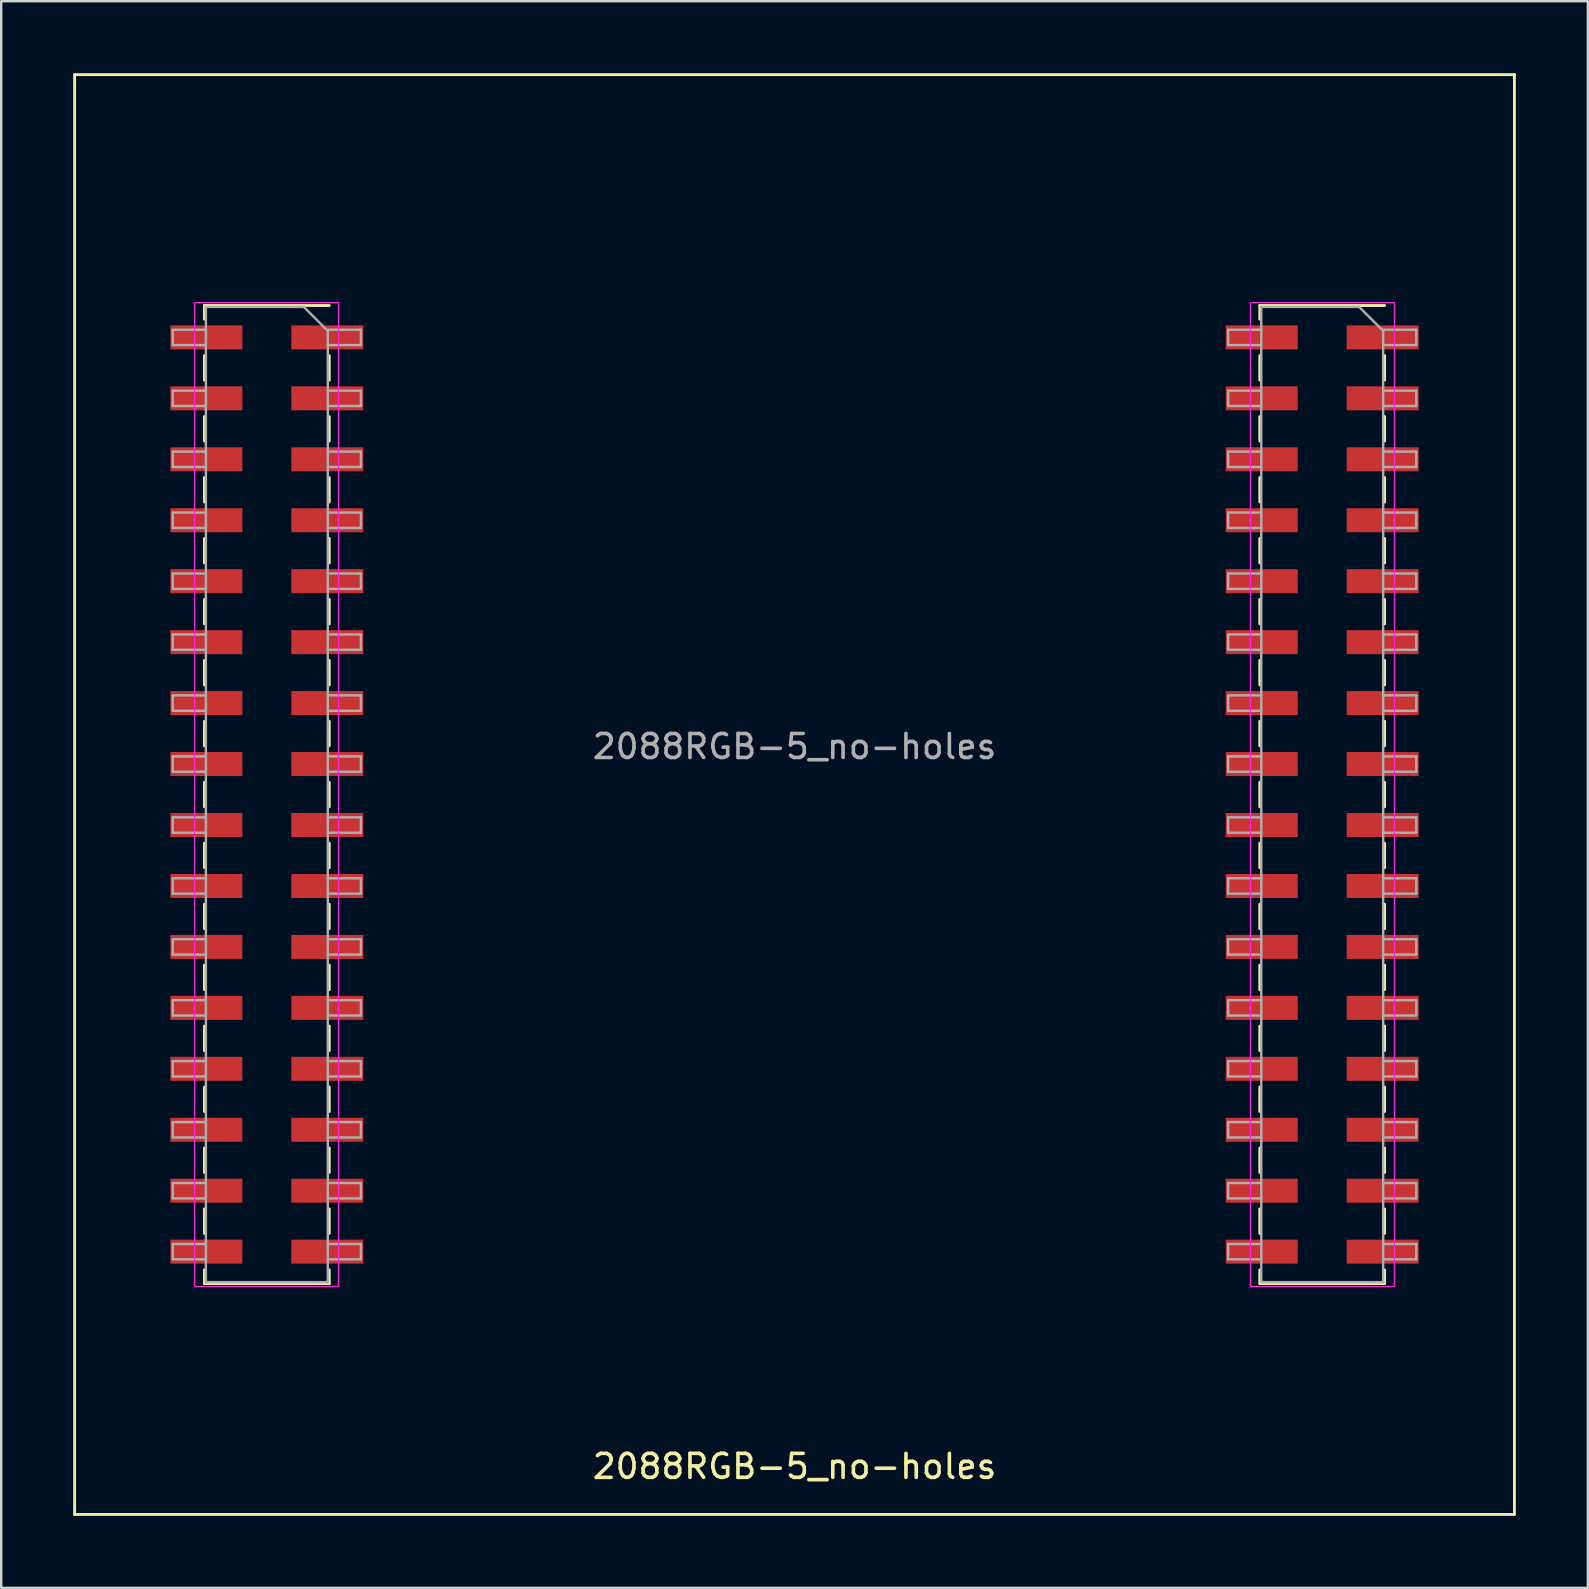
<source format=kicad_pcb>
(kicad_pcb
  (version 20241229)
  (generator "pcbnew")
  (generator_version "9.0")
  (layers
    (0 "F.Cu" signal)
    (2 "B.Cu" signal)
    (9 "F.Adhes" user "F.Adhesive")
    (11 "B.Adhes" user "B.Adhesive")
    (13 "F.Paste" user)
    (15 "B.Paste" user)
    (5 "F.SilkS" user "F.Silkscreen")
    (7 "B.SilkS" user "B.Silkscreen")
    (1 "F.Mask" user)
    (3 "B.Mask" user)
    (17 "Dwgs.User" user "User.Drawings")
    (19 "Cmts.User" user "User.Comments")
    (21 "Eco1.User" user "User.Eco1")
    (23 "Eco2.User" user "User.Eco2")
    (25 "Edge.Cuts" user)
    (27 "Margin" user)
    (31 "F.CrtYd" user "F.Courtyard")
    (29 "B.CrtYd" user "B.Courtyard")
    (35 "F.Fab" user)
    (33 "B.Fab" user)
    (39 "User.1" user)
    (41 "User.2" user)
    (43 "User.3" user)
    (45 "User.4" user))
  (footprint "2088RGB-5_no-holes"
    (layer "F.Cu")
    (at 30.06 30.06)
    (property "Reference" "2088RGB-5_no-holes" (at 0 28 0) (layer "F.SilkS") (effects (font (size 1 1) (thickness 0.15))))
    (attr through_hole)
    (fp_line (start -30 -30) (end -30 30) (stroke (width 0.12) (type solid)) (layer "F.SilkS"))
    (fp_line (start -30 30) (end 30 30) (stroke (width 0.12) (type solid)) (layer "F.SilkS"))
    (fp_line (start -24.59 -20.38) (end -24.59 -19.81) (stroke (width 0.12) (type solid)) (layer "F.SilkS"))
    (fp_line (start -24.59 -20.38) (end -19.39 -20.38) (stroke (width 0.12) (type solid)) (layer "F.SilkS"))
    (fp_line (start -24.59 -18.29) (end -24.59 -17.27) (stroke (width 0.12) (type solid)) (layer "F.SilkS"))
    (fp_line (start -24.59 -15.75) (end -24.59 -14.73) (stroke (width 0.12) (type solid)) (layer "F.SilkS"))
    (fp_line (start -24.59 -13.21) (end -24.59 -12.19) (stroke (width 0.12) (type solid)) (layer "F.SilkS"))
    (fp_line (start -24.59 -10.67) (end -24.59 -9.65) (stroke (width 0.12) (type solid)) (layer "F.SilkS"))
    (fp_line (start -24.59 -8.13) (end -24.59 -7.11) (stroke (width 0.12) (type solid)) (layer "F.SilkS"))
    (fp_line (start -24.59 -5.59) (end -24.59 -4.57) (stroke (width 0.12) (type solid)) (layer "F.SilkS"))
    (fp_line (start -24.59 -3.05) (end -24.59 -2.03) (stroke (width 0.12) (type solid)) (layer "F.SilkS"))
    (fp_line (start -24.59 -0.51) (end -24.59 0.51) (stroke (width 0.12) (type solid)) (layer "F.SilkS"))
    (fp_line (start -24.59 2.03) (end -24.59 3.05) (stroke (width 0.12) (type solid)) (layer "F.SilkS"))
    (fp_line (start -24.59 4.57) (end -24.59 5.59) (stroke (width 0.12) (type solid)) (layer "F.SilkS"))
    (fp_line (start -24.59 7.11) (end -24.59 8.13) (stroke (width 0.12) (type solid)) (layer "F.SilkS"))
    (fp_line (start -24.59 9.65) (end -24.59 10.67) (stroke (width 0.12) (type solid)) (layer "F.SilkS"))
    (fp_line (start -24.59 12.19) (end -24.59 13.21) (stroke (width 0.12) (type solid)) (layer "F.SilkS"))
    (fp_line (start -24.59 14.73) (end -24.59 15.75) (stroke (width 0.12) (type solid)) (layer "F.SilkS"))
    (fp_line (start -24.59 17.27) (end -24.59 18.29) (stroke (width 0.12) (type solid)) (layer "F.SilkS"))
    (fp_line (start -24.59 19.81) (end -24.59 20.38) (stroke (width 0.12) (type solid)) (layer "F.SilkS"))
    (fp_line (start -24.59 20.38) (end -19.39 20.38) (stroke (width 0.12) (type solid)) (layer "F.SilkS"))
    (fp_line (start -19.39 -18.29) (end -19.39 -17.27) (stroke (width 0.12) (type solid)) (layer "F.SilkS"))
    (fp_line (start -19.39 -15.75) (end -19.39 -14.73) (stroke (width 0.12) (type solid)) (layer "F.SilkS"))
    (fp_line (start -19.39 -13.21) (end -19.39 -12.19) (stroke (width 0.12) (type solid)) (layer "F.SilkS"))
    (fp_line (start -19.39 -10.67) (end -19.39 -9.65) (stroke (width 0.12) (type solid)) (layer "F.SilkS"))
    (fp_line (start -19.39 -8.13) (end -19.39 -7.11) (stroke (width 0.12) (type solid)) (layer "F.SilkS"))
    (fp_line (start -19.39 -5.59) (end -19.39 -4.57) (stroke (width 0.12) (type solid)) (layer "F.SilkS"))
    (fp_line (start -19.39 -3.05) (end -19.39 -2.03) (stroke (width 0.12) (type solid)) (layer "F.SilkS"))
    (fp_line (start -19.39 -0.51) (end -19.39 0.51) (stroke (width 0.12) (type solid)) (layer "F.SilkS"))
    (fp_line (start -19.39 2.03) (end -19.39 3.05) (stroke (width 0.12) (type solid)) (layer "F.SilkS"))
    (fp_line (start -19.39 4.57) (end -19.39 5.59) (stroke (width 0.12) (type solid)) (layer "F.SilkS"))
    (fp_line (start -19.39 7.11) (end -19.39 8.13) (stroke (width 0.12) (type solid)) (layer "F.SilkS"))
    (fp_line (start -19.39 9.65) (end -19.39 10.67) (stroke (width 0.12) (type solid)) (layer "F.SilkS"))
    (fp_line (start -19.39 12.19) (end -19.39 13.21) (stroke (width 0.12) (type solid)) (layer "F.SilkS"))
    (fp_line (start -19.39 14.73) (end -19.39 15.75) (stroke (width 0.12) (type solid)) (layer "F.SilkS"))
    (fp_line (start -19.39 17.27) (end -19.39 18.29) (stroke (width 0.12) (type solid)) (layer "F.SilkS"))
    (fp_line (start -19.39 19.81) (end -19.39 20.38) (stroke (width 0.12) (type solid)) (layer "F.SilkS"))
    (fp_line (start 19.39 -20.38) (end 19.39 -19.81) (stroke (width 0.12) (type solid)) (layer "F.SilkS"))
    (fp_line (start 19.39 -20.38) (end 24.59 -20.38) (stroke (width 0.12) (type solid)) (layer "F.SilkS"))
    (fp_line (start 19.39 -18.29) (end 19.39 -17.27) (stroke (width 0.12) (type solid)) (layer "F.SilkS"))
    (fp_line (start 19.39 -15.75) (end 19.39 -14.73) (stroke (width 0.12) (type solid)) (layer "F.SilkS"))
    (fp_line (start 19.39 -13.21) (end 19.39 -12.19) (stroke (width 0.12) (type solid)) (layer "F.SilkS"))
    (fp_line (start 19.39 -10.67) (end 19.39 -9.65) (stroke (width 0.12) (type solid)) (layer "F.SilkS"))
    (fp_line (start 19.39 -8.13) (end 19.39 -7.11) (stroke (width 0.12) (type solid)) (layer "F.SilkS"))
    (fp_line (start 19.39 -5.59) (end 19.39 -4.57) (stroke (width 0.12) (type solid)) (layer "F.SilkS"))
    (fp_line (start 19.39 -3.05) (end 19.39 -2.03) (stroke (width 0.12) (type solid)) (layer "F.SilkS"))
    (fp_line (start 19.39 -0.51) (end 19.39 0.51) (stroke (width 0.12) (type solid)) (layer "F.SilkS"))
    (fp_line (start 19.39 2.03) (end 19.39 3.05) (stroke (width 0.12) (type solid)) (layer "F.SilkS"))
    (fp_line (start 19.39 4.57) (end 19.39 5.59) (stroke (width 0.12) (type solid)) (layer "F.SilkS"))
    (fp_line (start 19.39 7.11) (end 19.39 8.13) (stroke (width 0.12) (type solid)) (layer "F.SilkS"))
    (fp_line (start 19.39 9.65) (end 19.39 10.67) (stroke (width 0.12) (type solid)) (layer "F.SilkS"))
    (fp_line (start 19.39 12.19) (end 19.39 13.21) (stroke (width 0.12) (type solid)) (layer "F.SilkS"))
    (fp_line (start 19.39 14.73) (end 19.39 15.75) (stroke (width 0.12) (type solid)) (layer "F.SilkS"))
    (fp_line (start 19.39 17.27) (end 19.39 18.29) (stroke (width 0.12) (type solid)) (layer "F.SilkS"))
    (fp_line (start 19.39 19.81) (end 19.39 20.38) (stroke (width 0.12) (type solid)) (layer "F.SilkS"))
    (fp_line (start 19.39 20.38) (end 24.59 20.38) (stroke (width 0.12) (type solid)) (layer "F.SilkS"))
    (fp_line (start 24.59 -18.29) (end 24.59 -17.27) (stroke (width 0.12) (type solid)) (layer "F.SilkS"))
    (fp_line (start 24.59 -15.75) (end 24.59 -14.73) (stroke (width 0.12) (type solid)) (layer "F.SilkS"))
    (fp_line (start 24.59 -13.21) (end 24.59 -12.19) (stroke (width 0.12) (type solid)) (layer "F.SilkS"))
    (fp_line (start 24.59 -10.67) (end 24.59 -9.65) (stroke (width 0.12) (type solid)) (layer "F.SilkS"))
    (fp_line (start 24.59 -8.13) (end 24.59 -7.11) (stroke (width 0.12) (type solid)) (layer "F.SilkS"))
    (fp_line (start 24.59 -5.59) (end 24.59 -4.57) (stroke (width 0.12) (type solid)) (layer "F.SilkS"))
    (fp_line (start 24.59 -3.05) (end 24.59 -2.03) (stroke (width 0.12) (type solid)) (layer "F.SilkS"))
    (fp_line (start 24.59 -0.51) (end 24.59 0.51) (stroke (width 0.12) (type solid)) (layer "F.SilkS"))
    (fp_line (start 24.59 2.03) (end 24.59 3.05) (stroke (width 0.12) (type solid)) (layer "F.SilkS"))
    (fp_line (start 24.59 4.57) (end 24.59 5.59) (stroke (width 0.12) (type solid)) (layer "F.SilkS"))
    (fp_line (start 24.59 7.11) (end 24.59 8.13) (stroke (width 0.12) (type solid)) (layer "F.SilkS"))
    (fp_line (start 24.59 9.65) (end 24.59 10.67) (stroke (width 0.12) (type solid)) (layer "F.SilkS"))
    (fp_line (start 24.59 12.19) (end 24.59 13.21) (stroke (width 0.12) (type solid)) (layer "F.SilkS"))
    (fp_line (start 24.59 14.73) (end 24.59 15.75) (stroke (width 0.12) (type solid)) (layer "F.SilkS"))
    (fp_line (start 24.59 17.27) (end 24.59 18.29) (stroke (width 0.12) (type solid)) (layer "F.SilkS"))
    (fp_line (start 24.59 19.81) (end 24.59 20.38) (stroke (width 0.12) (type solid)) (layer "F.SilkS"))
    (fp_line (start 30 -30) (end -30 -30) (stroke (width 0.12) (type solid)) (layer "F.SilkS"))
    (fp_line (start 30 30) (end 30 -30) (stroke (width 0.12) (type solid)) (layer "F.SilkS"))
    (fp_line (start -25 -20.5) (end -19 -20.5) (stroke (width 0.05) (type default)) (layer "F.CrtYd"))
    (fp_line (start -25 20.5) (end -25 -20.5) (stroke (width 0.05) (type default)) (layer "F.CrtYd"))
    (fp_line (start -19 -20.5) (end -19 20.5) (stroke (width 0.05) (type default)) (layer "F.CrtYd"))
    (fp_line (start -19 20.5) (end -25 20.5) (stroke (width 0.05) (type default)) (layer "F.CrtYd"))
    (fp_line (start 19 -20.5) (end 25 -20.5) (stroke (width 0.05) (type default)) (layer "F.CrtYd"))
    (fp_line (start 19 20.5) (end 19 -20.5) (stroke (width 0.05) (type default)) (layer "F.CrtYd"))
    (fp_line (start 25 -20.5) (end 25 20.5) (stroke (width 0.05) (type default)) (layer "F.CrtYd"))
    (fp_line (start 25 20.5) (end 19 20.5) (stroke (width 0.05) (type default)) (layer "F.CrtYd"))
    (fp_line (start -25.91 -19.37) (end -24.53 -19.37) (stroke (width 0.1) (type solid)) (layer "F.Fab"))
    (fp_line (start -25.91 -18.73) (end -25.91 -19.37) (stroke (width 0.1) (type solid)) (layer "F.Fab"))
    (fp_line (start -25.91 -16.83) (end -24.53 -16.83) (stroke (width 0.1) (type solid)) (layer "F.Fab"))
    (fp_line (start -25.91 -16.19) (end -25.91 -16.83) (stroke (width 0.1) (type solid)) (layer "F.Fab"))
    (fp_line (start -25.91 -14.29) (end -24.53 -14.29) (stroke (width 0.1) (type solid)) (layer "F.Fab"))
    (fp_line (start -25.91 -13.65) (end -25.91 -14.29) (stroke (width 0.1) (type solid)) (layer "F.Fab"))
    (fp_line (start -25.91 -11.75) (end -24.53 -11.75) (stroke (width 0.1) (type solid)) (layer "F.Fab"))
    (fp_line (start -25.91 -11.11) (end -25.91 -11.75) (stroke (width 0.1) (type solid)) (layer "F.Fab"))
    (fp_line (start -25.91 -9.21) (end -24.53 -9.21) (stroke (width 0.1) (type solid)) (layer "F.Fab"))
    (fp_line (start -25.91 -8.57) (end -25.91 -9.21) (stroke (width 0.1) (type solid)) (layer "F.Fab"))
    (fp_line (start -25.91 -6.67) (end -24.53 -6.67) (stroke (width 0.1) (type solid)) (layer "F.Fab"))
    (fp_line (start -25.91 -6.03) (end -25.91 -6.67) (stroke (width 0.1) (type solid)) (layer "F.Fab"))
    (fp_line (start -25.91 -4.13) (end -24.53 -4.13) (stroke (width 0.1) (type solid)) (layer "F.Fab"))
    (fp_line (start -25.91 -3.49) (end -25.91 -4.13) (stroke (width 0.1) (type solid)) (layer "F.Fab"))
    (fp_line (start -25.91 -1.59) (end -24.53 -1.59) (stroke (width 0.1) (type solid)) (layer "F.Fab"))
    (fp_line (start -25.91 -0.95) (end -25.91 -1.59) (stroke (width 0.1) (type solid)) (layer "F.Fab"))
    (fp_line (start -25.91 0.95) (end -24.53 0.95) (stroke (width 0.1) (type solid)) (layer "F.Fab"))
    (fp_line (start -25.91 1.59) (end -25.91 0.95) (stroke (width 0.1) (type solid)) (layer "F.Fab"))
    (fp_line (start -25.91 3.49) (end -24.53 3.49) (stroke (width 0.1) (type solid)) (layer "F.Fab"))
    (fp_line (start -25.91 4.13) (end -25.91 3.49) (stroke (width 0.1) (type solid)) (layer "F.Fab"))
    (fp_line (start -25.91 6.03) (end -24.53 6.03) (stroke (width 0.1) (type solid)) (layer "F.Fab"))
    (fp_line (start -25.91 6.67) (end -25.91 6.03) (stroke (width 0.1) (type solid)) (layer "F.Fab"))
    (fp_line (start -25.91 8.57) (end -24.53 8.57) (stroke (width 0.1) (type solid)) (layer "F.Fab"))
    (fp_line (start -25.91 9.21) (end -25.91 8.57) (stroke (width 0.1) (type solid)) (layer "F.Fab"))
    (fp_line (start -25.91 11.11) (end -24.53 11.11) (stroke (width 0.1) (type solid)) (layer "F.Fab"))
    (fp_line (start -25.91 11.75) (end -25.91 11.11) (stroke (width 0.1) (type solid)) (layer "F.Fab"))
    (fp_line (start -25.91 13.65) (end -24.53 13.65) (stroke (width 0.1) (type solid)) (layer "F.Fab"))
    (fp_line (start -25.91 14.29) (end -25.91 13.65) (stroke (width 0.1) (type solid)) (layer "F.Fab"))
    (fp_line (start -25.91 16.19) (end -24.53 16.19) (stroke (width 0.1) (type solid)) (layer "F.Fab"))
    (fp_line (start -25.91 16.83) (end -25.91 16.19) (stroke (width 0.1) (type solid)) (layer "F.Fab"))
    (fp_line (start -25.91 18.73) (end -24.53 18.73) (stroke (width 0.1) (type solid)) (layer "F.Fab"))
    (fp_line (start -25.91 19.37) (end -25.91 18.73) (stroke (width 0.1) (type solid)) (layer "F.Fab"))
    (fp_line (start -24.53 -20.32) (end -20.45 -20.32) (stroke (width 0.1) (type solid)) (layer "F.Fab"))
    (fp_line (start -24.53 -18.73) (end -25.91 -18.73) (stroke (width 0.1) (type solid)) (layer "F.Fab"))
    (fp_line (start -24.53 -16.19) (end -25.91 -16.19) (stroke (width 0.1) (type solid)) (layer "F.Fab"))
    (fp_line (start -24.53 -13.65) (end -25.91 -13.65) (stroke (width 0.1) (type solid)) (layer "F.Fab"))
    (fp_line (start -24.53 -11.11) (end -25.91 -11.11) (stroke (width 0.1) (type solid)) (layer "F.Fab"))
    (fp_line (start -24.53 -8.57) (end -25.91 -8.57) (stroke (width 0.1) (type solid)) (layer "F.Fab"))
    (fp_line (start -24.53 -6.03) (end -25.91 -6.03) (stroke (width 0.1) (type solid)) (layer "F.Fab"))
    (fp_line (start -24.53 -3.49) (end -25.91 -3.49) (stroke (width 0.1) (type solid)) (layer "F.Fab"))
    (fp_line (start -24.53 -0.95) (end -25.91 -0.95) (stroke (width 0.1) (type solid)) (layer "F.Fab"))
    (fp_line (start -24.53 1.59) (end -25.91 1.59) (stroke (width 0.1) (type solid)) (layer "F.Fab"))
    (fp_line (start -24.53 4.13) (end -25.91 4.13) (stroke (width 0.1) (type solid)) (layer "F.Fab"))
    (fp_line (start -24.53 6.67) (end -25.91 6.67) (stroke (width 0.1) (type solid)) (layer "F.Fab"))
    (fp_line (start -24.53 9.21) (end -25.91 9.21) (stroke (width 0.1) (type solid)) (layer "F.Fab"))
    (fp_line (start -24.53 11.75) (end -25.91 11.75) (stroke (width 0.1) (type solid)) (layer "F.Fab"))
    (fp_line (start -24.53 14.29) (end -25.91 14.29) (stroke (width 0.1) (type solid)) (layer "F.Fab"))
    (fp_line (start -24.53 16.83) (end -25.91 16.83) (stroke (width 0.1) (type solid)) (layer "F.Fab"))
    (fp_line (start -24.53 19.37) (end -25.91 19.37) (stroke (width 0.1) (type solid)) (layer "F.Fab"))
    (fp_line (start -24.53 20.32) (end -24.53 -20.32) (stroke (width 0.1) (type solid)) (layer "F.Fab"))
    (fp_line (start -20.45 -20.32) (end -19.45 -19.32) (stroke (width 0.1) (type solid)) (layer "F.Fab"))
    (fp_line (start -19.45 -19.37) (end -18.07 -19.37) (stroke (width 0.1) (type solid)) (layer "F.Fab"))
    (fp_line (start -19.45 -19.32) (end -19.45 20.32) (stroke (width 0.1) (type solid)) (layer "F.Fab"))
    (fp_line (start -19.45 -16.83) (end -18.07 -16.83) (stroke (width 0.1) (type solid)) (layer "F.Fab"))
    (fp_line (start -19.45 -14.29) (end -18.07 -14.29) (stroke (width 0.1) (type solid)) (layer "F.Fab"))
    (fp_line (start -19.45 -11.75) (end -18.07 -11.75) (stroke (width 0.1) (type solid)) (layer "F.Fab"))
    (fp_line (start -19.45 -9.21) (end -18.07 -9.21) (stroke (width 0.1) (type solid)) (layer "F.Fab"))
    (fp_line (start -19.45 -6.67) (end -18.07 -6.67) (stroke (width 0.1) (type solid)) (layer "F.Fab"))
    (fp_line (start -19.45 -4.13) (end -18.07 -4.13) (stroke (width 0.1) (type solid)) (layer "F.Fab"))
    (fp_line (start -19.45 -1.59) (end -18.07 -1.59) (stroke (width 0.1) (type solid)) (layer "F.Fab"))
    (fp_line (start -19.45 0.95) (end -18.07 0.95) (stroke (width 0.1) (type solid)) (layer "F.Fab"))
    (fp_line (start -19.45 3.49) (end -18.07 3.49) (stroke (width 0.1) (type solid)) (layer "F.Fab"))
    (fp_line (start -19.45 6.03) (end -18.07 6.03) (stroke (width 0.1) (type solid)) (layer "F.Fab"))
    (fp_line (start -19.45 8.57) (end -18.07 8.57) (stroke (width 0.1) (type solid)) (layer "F.Fab"))
    (fp_line (start -19.45 11.11) (end -18.07 11.11) (stroke (width 0.1) (type solid)) (layer "F.Fab"))
    (fp_line (start -19.45 13.65) (end -18.07 13.65) (stroke (width 0.1) (type solid)) (layer "F.Fab"))
    (fp_line (start -19.45 16.19) (end -18.07 16.19) (stroke (width 0.1) (type solid)) (layer "F.Fab"))
    (fp_line (start -19.45 18.73) (end -18.07 18.73) (stroke (width 0.1) (type solid)) (layer "F.Fab"))
    (fp_line (start -19.45 20.32) (end -24.53 20.32) (stroke (width 0.1) (type solid)) (layer "F.Fab"))
    (fp_line (start -18.07 -19.37) (end -18.07 -18.73) (stroke (width 0.1) (type solid)) (layer "F.Fab"))
    (fp_line (start -18.07 -18.73) (end -19.45 -18.73) (stroke (width 0.1) (type solid)) (layer "F.Fab"))
    (fp_line (start -18.07 -16.83) (end -18.07 -16.19) (stroke (width 0.1) (type solid)) (layer "F.Fab"))
    (fp_line (start -18.07 -16.19) (end -19.45 -16.19) (stroke (width 0.1) (type solid)) (layer "F.Fab"))
    (fp_line (start -18.07 -14.29) (end -18.07 -13.65) (stroke (width 0.1) (type solid)) (layer "F.Fab"))
    (fp_line (start -18.07 -13.65) (end -19.45 -13.65) (stroke (width 0.1) (type solid)) (layer "F.Fab"))
    (fp_line (start -18.07 -11.75) (end -18.07 -11.11) (stroke (width 0.1) (type solid)) (layer "F.Fab"))
    (fp_line (start -18.07 -11.11) (end -19.45 -11.11) (stroke (width 0.1) (type solid)) (layer "F.Fab"))
    (fp_line (start -18.07 -9.21) (end -18.07 -8.57) (stroke (width 0.1) (type solid)) (layer "F.Fab"))
    (fp_line (start -18.07 -8.57) (end -19.45 -8.57) (stroke (width 0.1) (type solid)) (layer "F.Fab"))
    (fp_line (start -18.07 -6.67) (end -18.07 -6.03) (stroke (width 0.1) (type solid)) (layer "F.Fab"))
    (fp_line (start -18.07 -6.03) (end -19.45 -6.03) (stroke (width 0.1) (type solid)) (layer "F.Fab"))
    (fp_line (start -18.07 -4.13) (end -18.07 -3.49) (stroke (width 0.1) (type solid)) (layer "F.Fab"))
    (fp_line (start -18.07 -3.49) (end -19.45 -3.49) (stroke (width 0.1) (type solid)) (layer "F.Fab"))
    (fp_line (start -18.07 -1.59) (end -18.07 -0.95) (stroke (width 0.1) (type solid)) (layer "F.Fab"))
    (fp_line (start -18.07 -0.95) (end -19.45 -0.95) (stroke (width 0.1) (type solid)) (layer "F.Fab"))
    (fp_line (start -18.07 0.95) (end -18.07 1.59) (stroke (width 0.1) (type solid)) (layer "F.Fab"))
    (fp_line (start -18.07 1.59) (end -19.45 1.59) (stroke (width 0.1) (type solid)) (layer "F.Fab"))
    (fp_line (start -18.07 3.49) (end -18.07 4.13) (stroke (width 0.1) (type solid)) (layer "F.Fab"))
    (fp_line (start -18.07 4.13) (end -19.45 4.13) (stroke (width 0.1) (type solid)) (layer "F.Fab"))
    (fp_line (start -18.07 6.03) (end -18.07 6.67) (stroke (width 0.1) (type solid)) (layer "F.Fab"))
    (fp_line (start -18.07 6.67) (end -19.45 6.67) (stroke (width 0.1) (type solid)) (layer "F.Fab"))
    (fp_line (start -18.07 8.57) (end -18.07 9.21) (stroke (width 0.1) (type solid)) (layer "F.Fab"))
    (fp_line (start -18.07 9.21) (end -19.45 9.21) (stroke (width 0.1) (type solid)) (layer "F.Fab"))
    (fp_line (start -18.07 11.11) (end -18.07 11.75) (stroke (width 0.1) (type solid)) (layer "F.Fab"))
    (fp_line (start -18.07 11.75) (end -19.45 11.75) (stroke (width 0.1) (type solid)) (layer "F.Fab"))
    (fp_line (start -18.07 13.65) (end -18.07 14.29) (stroke (width 0.1) (type solid)) (layer "F.Fab"))
    (fp_line (start -18.07 14.29) (end -19.45 14.29) (stroke (width 0.1) (type solid)) (layer "F.Fab"))
    (fp_line (start -18.07 16.19) (end -18.07 16.83) (stroke (width 0.1) (type solid)) (layer "F.Fab"))
    (fp_line (start -18.07 16.83) (end -19.45 16.83) (stroke (width 0.1) (type solid)) (layer "F.Fab"))
    (fp_line (start -18.07 18.73) (end -18.07 19.37) (stroke (width 0.1) (type solid)) (layer "F.Fab"))
    (fp_line (start -18.07 19.37) (end -19.45 19.37) (stroke (width 0.1) (type solid)) (layer "F.Fab"))
    (fp_line (start 18.07 -19.37) (end 19.45 -19.37) (stroke (width 0.1) (type solid)) (layer "F.Fab"))
    (fp_line (start 18.07 -18.73) (end 18.07 -19.37) (stroke (width 0.1) (type solid)) (layer "F.Fab"))
    (fp_line (start 18.07 -16.83) (end 19.45 -16.83) (stroke (width 0.1) (type solid)) (layer "F.Fab"))
    (fp_line (start 18.07 -16.19) (end 18.07 -16.83) (stroke (width 0.1) (type solid)) (layer "F.Fab"))
    (fp_line (start 18.07 -14.29) (end 19.45 -14.29) (stroke (width 0.1) (type solid)) (layer "F.Fab"))
    (fp_line (start 18.07 -13.65) (end 18.07 -14.29) (stroke (width 0.1) (type solid)) (layer "F.Fab"))
    (fp_line (start 18.07 -11.75) (end 19.45 -11.75) (stroke (width 0.1) (type solid)) (layer "F.Fab"))
    (fp_line (start 18.07 -11.11) (end 18.07 -11.75) (stroke (width 0.1) (type solid)) (layer "F.Fab"))
    (fp_line (start 18.07 -9.21) (end 19.45 -9.21) (stroke (width 0.1) (type solid)) (layer "F.Fab"))
    (fp_line (start 18.07 -8.57) (end 18.07 -9.21) (stroke (width 0.1) (type solid)) (layer "F.Fab"))
    (fp_line (start 18.07 -6.67) (end 19.45 -6.67) (stroke (width 0.1) (type solid)) (layer "F.Fab"))
    (fp_line (start 18.07 -6.03) (end 18.07 -6.67) (stroke (width 0.1) (type solid)) (layer "F.Fab"))
    (fp_line (start 18.07 -4.13) (end 19.45 -4.13) (stroke (width 0.1) (type solid)) (layer "F.Fab"))
    (fp_line (start 18.07 -3.49) (end 18.07 -4.13) (stroke (width 0.1) (type solid)) (layer "F.Fab"))
    (fp_line (start 18.07 -1.59) (end 19.45 -1.59) (stroke (width 0.1) (type solid)) (layer "F.Fab"))
    (fp_line (start 18.07 -0.95) (end 18.07 -1.59) (stroke (width 0.1) (type solid)) (layer "F.Fab"))
    (fp_line (start 18.07 0.95) (end 19.45 0.95) (stroke (width 0.1) (type solid)) (layer "F.Fab"))
    (fp_line (start 18.07 1.59) (end 18.07 0.95) (stroke (width 0.1) (type solid)) (layer "F.Fab"))
    (fp_line (start 18.07 3.49) (end 19.45 3.49) (stroke (width 0.1) (type solid)) (layer "F.Fab"))
    (fp_line (start 18.07 4.13) (end 18.07 3.49) (stroke (width 0.1) (type solid)) (layer "F.Fab"))
    (fp_line (start 18.07 6.03) (end 19.45 6.03) (stroke (width 0.1) (type solid)) (layer "F.Fab"))
    (fp_line (start 18.07 6.67) (end 18.07 6.03) (stroke (width 0.1) (type solid)) (layer "F.Fab"))
    (fp_line (start 18.07 8.57) (end 19.45 8.57) (stroke (width 0.1) (type solid)) (layer "F.Fab"))
    (fp_line (start 18.07 9.21) (end 18.07 8.57) (stroke (width 0.1) (type solid)) (layer "F.Fab"))
    (fp_line (start 18.07 11.11) (end 19.45 11.11) (stroke (width 0.1) (type solid)) (layer "F.Fab"))
    (fp_line (start 18.07 11.75) (end 18.07 11.11) (stroke (width 0.1) (type solid)) (layer "F.Fab"))
    (fp_line (start 18.07 13.65) (end 19.45 13.65) (stroke (width 0.1) (type solid)) (layer "F.Fab"))
    (fp_line (start 18.07 14.29) (end 18.07 13.65) (stroke (width 0.1) (type solid)) (layer "F.Fab"))
    (fp_line (start 18.07 16.19) (end 19.45 16.19) (stroke (width 0.1) (type solid)) (layer "F.Fab"))
    (fp_line (start 18.07 16.83) (end 18.07 16.19) (stroke (width 0.1) (type solid)) (layer "F.Fab"))
    (fp_line (start 18.07 18.73) (end 19.45 18.73) (stroke (width 0.1) (type solid)) (layer "F.Fab"))
    (fp_line (start 18.07 19.37) (end 18.07 18.73) (stroke (width 0.1) (type solid)) (layer "F.Fab"))
    (fp_line (start 19.45 -20.32) (end 23.53 -20.32) (stroke (width 0.1) (type solid)) (layer "F.Fab"))
    (fp_line (start 19.45 -18.73) (end 18.07 -18.73) (stroke (width 0.1) (type solid)) (layer "F.Fab"))
    (fp_line (start 19.45 -16.19) (end 18.07 -16.19) (stroke (width 0.1) (type solid)) (layer "F.Fab"))
    (fp_line (start 19.45 -13.65) (end 18.07 -13.65) (stroke (width 0.1) (type solid)) (layer "F.Fab"))
    (fp_line (start 19.45 -11.11) (end 18.07 -11.11) (stroke (width 0.1) (type solid)) (layer "F.Fab"))
    (fp_line (start 19.45 -8.57) (end 18.07 -8.57) (stroke (width 0.1) (type solid)) (layer "F.Fab"))
    (fp_line (start 19.45 -6.03) (end 18.07 -6.03) (stroke (width 0.1) (type solid)) (layer "F.Fab"))
    (fp_line (start 19.45 -3.49) (end 18.07 -3.49) (stroke (width 0.1) (type solid)) (layer "F.Fab"))
    (fp_line (start 19.45 -0.95) (end 18.07 -0.95) (stroke (width 0.1) (type solid)) (layer "F.Fab"))
    (fp_line (start 19.45 1.59) (end 18.07 1.59) (stroke (width 0.1) (type solid)) (layer "F.Fab"))
    (fp_line (start 19.45 4.13) (end 18.07 4.13) (stroke (width 0.1) (type solid)) (layer "F.Fab"))
    (fp_line (start 19.45 6.67) (end 18.07 6.67) (stroke (width 0.1) (type solid)) (layer "F.Fab"))
    (fp_line (start 19.45 9.21) (end 18.07 9.21) (stroke (width 0.1) (type solid)) (layer "F.Fab"))
    (fp_line (start 19.45 11.75) (end 18.07 11.75) (stroke (width 0.1) (type solid)) (layer "F.Fab"))
    (fp_line (start 19.45 14.29) (end 18.07 14.29) (stroke (width 0.1) (type solid)) (layer "F.Fab"))
    (fp_line (start 19.45 16.83) (end 18.07 16.83) (stroke (width 0.1) (type solid)) (layer "F.Fab"))
    (fp_line (start 19.45 19.37) (end 18.07 19.37) (stroke (width 0.1) (type solid)) (layer "F.Fab"))
    (fp_line (start 19.45 20.32) (end 19.45 -20.32) (stroke (width 0.1) (type solid)) (layer "F.Fab"))
    (fp_line (start 23.53 -20.32) (end 24.53 -19.32) (stroke (width 0.1) (type solid)) (layer "F.Fab"))
    (fp_line (start 24.53 -19.37) (end 25.91 -19.37) (stroke (width 0.1) (type solid)) (layer "F.Fab"))
    (fp_line (start 24.53 -19.32) (end 24.53 20.32) (stroke (width 0.1) (type solid)) (layer "F.Fab"))
    (fp_line (start 24.53 -16.83) (end 25.91 -16.83) (stroke (width 0.1) (type solid)) (layer "F.Fab"))
    (fp_line (start 24.53 -14.29) (end 25.91 -14.29) (stroke (width 0.1) (type solid)) (layer "F.Fab"))
    (fp_line (start 24.53 -11.75) (end 25.91 -11.75) (stroke (width 0.1) (type solid)) (layer "F.Fab"))
    (fp_line (start 24.53 -9.21) (end 25.91 -9.21) (stroke (width 0.1) (type solid)) (layer "F.Fab"))
    (fp_line (start 24.53 -6.67) (end 25.91 -6.67) (stroke (width 0.1) (type solid)) (layer "F.Fab"))
    (fp_line (start 24.53 -4.13) (end 25.91 -4.13) (stroke (width 0.1) (type solid)) (layer "F.Fab"))
    (fp_line (start 24.53 -1.59) (end 25.91 -1.59) (stroke (width 0.1) (type solid)) (layer "F.Fab"))
    (fp_line (start 24.53 0.95) (end 25.91 0.95) (stroke (width 0.1) (type solid)) (layer "F.Fab"))
    (fp_line (start 24.53 3.49) (end 25.91 3.49) (stroke (width 0.1) (type solid)) (layer "F.Fab"))
    (fp_line (start 24.53 6.03) (end 25.91 6.03) (stroke (width 0.1) (type solid)) (layer "F.Fab"))
    (fp_line (start 24.53 8.57) (end 25.91 8.57) (stroke (width 0.1) (type solid)) (layer "F.Fab"))
    (fp_line (start 24.53 11.11) (end 25.91 11.11) (stroke (width 0.1) (type solid)) (layer "F.Fab"))
    (fp_line (start 24.53 13.65) (end 25.91 13.65) (stroke (width 0.1) (type solid)) (layer "F.Fab"))
    (fp_line (start 24.53 16.19) (end 25.91 16.19) (stroke (width 0.1) (type solid)) (layer "F.Fab"))
    (fp_line (start 24.53 18.73) (end 25.91 18.73) (stroke (width 0.1) (type solid)) (layer "F.Fab"))
    (fp_line (start 24.53 20.32) (end 19.45 20.32) (stroke (width 0.1) (type solid)) (layer "F.Fab"))
    (fp_line (start 25.91 -19.37) (end 25.91 -18.73) (stroke (width 0.1) (type solid)) (layer "F.Fab"))
    (fp_line (start 25.91 -18.73) (end 24.53 -18.73) (stroke (width 0.1) (type solid)) (layer "F.Fab"))
    (fp_line (start 25.91 -16.83) (end 25.91 -16.19) (stroke (width 0.1) (type solid)) (layer "F.Fab"))
    (fp_line (start 25.91 -16.19) (end 24.53 -16.19) (stroke (width 0.1) (type solid)) (layer "F.Fab"))
    (fp_line (start 25.91 -14.29) (end 25.91 -13.65) (stroke (width 0.1) (type solid)) (layer "F.Fab"))
    (fp_line (start 25.91 -13.65) (end 24.53 -13.65) (stroke (width 0.1) (type solid)) (layer "F.Fab"))
    (fp_line (start 25.91 -11.75) (end 25.91 -11.11) (stroke (width 0.1) (type solid)) (layer "F.Fab"))
    (fp_line (start 25.91 -11.11) (end 24.53 -11.11) (stroke (width 0.1) (type solid)) (layer "F.Fab"))
    (fp_line (start 25.91 -9.21) (end 25.91 -8.57) (stroke (width 0.1) (type solid)) (layer "F.Fab"))
    (fp_line (start 25.91 -8.57) (end 24.53 -8.57) (stroke (width 0.1) (type solid)) (layer "F.Fab"))
    (fp_line (start 25.91 -6.67) (end 25.91 -6.03) (stroke (width 0.1) (type solid)) (layer "F.Fab"))
    (fp_line (start 25.91 -6.03) (end 24.53 -6.03) (stroke (width 0.1) (type solid)) (layer "F.Fab"))
    (fp_line (start 25.91 -4.13) (end 25.91 -3.49) (stroke (width 0.1) (type solid)) (layer "F.Fab"))
    (fp_line (start 25.91 -3.49) (end 24.53 -3.49) (stroke (width 0.1) (type solid)) (layer "F.Fab"))
    (fp_line (start 25.91 -1.59) (end 25.91 -0.95) (stroke (width 0.1) (type solid)) (layer "F.Fab"))
    (fp_line (start 25.91 -0.95) (end 24.53 -0.95) (stroke (width 0.1) (type solid)) (layer "F.Fab"))
    (fp_line (start 25.91 0.95) (end 25.91 1.59) (stroke (width 0.1) (type solid)) (layer "F.Fab"))
    (fp_line (start 25.91 1.59) (end 24.53 1.59) (stroke (width 0.1) (type solid)) (layer "F.Fab"))
    (fp_line (start 25.91 3.49) (end 25.91 4.13) (stroke (width 0.1) (type solid)) (layer "F.Fab"))
    (fp_line (start 25.91 4.13) (end 24.53 4.13) (stroke (width 0.1) (type solid)) (layer "F.Fab"))
    (fp_line (start 25.91 6.03) (end 25.91 6.67) (stroke (width 0.1) (type solid)) (layer "F.Fab"))
    (fp_line (start 25.91 6.67) (end 24.53 6.67) (stroke (width 0.1) (type solid)) (layer "F.Fab"))
    (fp_line (start 25.91 8.57) (end 25.91 9.21) (stroke (width 0.1) (type solid)) (layer "F.Fab"))
    (fp_line (start 25.91 9.21) (end 24.53 9.21) (stroke (width 0.1) (type solid)) (layer "F.Fab"))
    (fp_line (start 25.91 11.11) (end 25.91 11.75) (stroke (width 0.1) (type solid)) (layer "F.Fab"))
    (fp_line (start 25.91 11.75) (end 24.53 11.75) (stroke (width 0.1) (type solid)) (layer "F.Fab"))
    (fp_line (start 25.91 13.65) (end 25.91 14.29) (stroke (width 0.1) (type solid)) (layer "F.Fab"))
    (fp_line (start 25.91 14.29) (end 24.53 14.29) (stroke (width 0.1) (type solid)) (layer "F.Fab"))
    (fp_line (start 25.91 16.19) (end 25.91 16.83) (stroke (width 0.1) (type solid)) (layer "F.Fab"))
    (fp_line (start 25.91 16.83) (end 24.53 16.83) (stroke (width 0.1) (type solid)) (layer "F.Fab"))
    (fp_line (start 25.91 18.73) (end 25.91 19.37) (stroke (width 0.1) (type solid)) (layer "F.Fab"))
    (fp_line (start 25.91 19.37) (end 24.53 19.37) (stroke (width 0.1) (type solid)) (layer "F.Fab"))
    (fp_text user "${REFERENCE}" (at 0 -2 0) (layer "F.Fab") (effects (font (size 1 1) (thickness 0.15))))
    (pad "1" smd rect (at -24.51 -19.05) (size 3 1) (layers "F.Cu" "F.Mask" "F.Paste"))
    (pad "1" smd rect (at -19.47 -19.05) (size 3 1) (layers "F.Cu" "F.Mask" "F.Paste"))
    (pad "2" smd rect (at -24.51 -16.51) (size 3 1) (layers "F.Cu" "F.Mask" "F.Paste"))
    (pad "2" smd rect (at -19.47 -16.51) (size 3 1) (layers "F.Cu" "F.Mask" "F.Paste"))
    (pad "3" smd rect (at -24.51 -13.97) (size 3 1) (layers "F.Cu" "F.Mask" "F.Paste"))
    (pad "3" smd rect (at -19.47 -13.97) (size 3 1) (layers "F.Cu" "F.Mask" "F.Paste"))
    (pad "4" smd rect (at -24.51 -11.43) (size 3 1) (layers "F.Cu" "F.Mask" "F.Paste"))
    (pad "4" smd rect (at -19.47 -11.43) (size 3 1) (layers "F.Cu" "F.Mask" "F.Paste"))
    (pad "5" smd rect (at -24.51 -8.89) (size 3 1) (layers "F.Cu" "F.Mask" "F.Paste"))
    (pad "5" smd rect (at -19.47 -8.89) (size 3 1) (layers "F.Cu" "F.Mask" "F.Paste"))
    (pad "6" smd rect (at -24.51 -6.35) (size 3 1) (layers "F.Cu" "F.Mask" "F.Paste"))
    (pad "6" smd rect (at -19.47 -6.35) (size 3 1) (layers "F.Cu" "F.Mask" "F.Paste"))
    (pad "7" smd rect (at -24.51 -3.81) (size 3 1) (layers "F.Cu" "F.Mask" "F.Paste"))
    (pad "7" smd rect (at -19.47 -3.81) (size 3 1) (layers "F.Cu" "F.Mask" "F.Paste"))
    (pad "8" smd rect (at -24.51 -1.27) (size 3 1) (layers "F.Cu" "F.Mask" "F.Paste"))
    (pad "8" smd rect (at -19.47 -1.27) (size 3 1) (layers "F.Cu" "F.Mask" "F.Paste"))
    (pad "9" smd rect (at -24.51 1.27) (size 3 1) (layers "F.Cu" "F.Mask" "F.Paste"))
    (pad "9" smd rect (at -19.47 1.27) (size 3 1) (layers "F.Cu" "F.Mask" "F.Paste"))
    (pad "10" smd rect (at -24.51 3.81) (size 3 1) (layers "F.Cu" "F.Mask" "F.Paste"))
    (pad "10" smd rect (at -19.47 3.81) (size 3 1) (layers "F.Cu" "F.Mask" "F.Paste"))
    (pad "11" smd rect (at -24.51 6.35) (size 3 1) (layers "F.Cu" "F.Mask" "F.Paste"))
    (pad "11" smd rect (at -19.47 6.35) (size 3 1) (layers "F.Cu" "F.Mask" "F.Paste"))
    (pad "12" smd rect (at -24.51 8.89) (size 3 1) (layers "F.Cu" "F.Mask" "F.Paste"))
    (pad "12" smd rect (at -19.47 8.89) (size 3 1) (layers "F.Cu" "F.Mask" "F.Paste"))
    (pad "13" smd rect (at -24.51 11.43) (size 3 1) (layers "F.Cu" "F.Mask" "F.Paste"))
    (pad "13" smd rect (at -19.47 11.43) (size 3 1) (layers "F.Cu" "F.Mask" "F.Paste"))
    (pad "14" smd rect (at -24.51 13.97) (size 3 1) (layers "F.Cu" "F.Mask" "F.Paste"))
    (pad "14" smd rect (at -19.47 13.97) (size 3 1) (layers "F.Cu" "F.Mask" "F.Paste"))
    (pad "15" smd rect (at -24.51 16.51) (size 3 1) (layers "F.Cu" "F.Mask" "F.Paste"))
    (pad "15" smd rect (at -19.47 16.51) (size 3 1) (layers "F.Cu" "F.Mask" "F.Paste"))
    (pad "16" smd rect (at -24.51 19.05) (size 3 1) (layers "F.Cu" "F.Mask" "F.Paste"))
    (pad "16" smd rect (at -19.47 19.05) (size 3 1) (layers "F.Cu" "F.Mask" "F.Paste"))
    (pad "17" smd rect (at 19.47 19.05) (size 3 1) (layers "F.Cu" "F.Mask" "F.Paste"))
    (pad "17" smd rect (at 24.51 19.05) (size 3 1) (layers "F.Cu" "F.Mask" "F.Paste"))
    (pad "18" smd rect (at 19.47 16.51) (size 3 1) (layers "F.Cu" "F.Mask" "F.Paste"))
    (pad "18" smd rect (at 24.51 16.51) (size 3 1) (layers "F.Cu" "F.Mask" "F.Paste"))
    (pad "19" smd rect (at 19.47 13.97) (size 3 1) (layers "F.Cu" "F.Mask" "F.Paste"))
    (pad "19" smd rect (at 24.51 13.97) (size 3 1) (layers "F.Cu" "F.Mask" "F.Paste"))
    (pad "20" smd rect (at 19.47 11.43) (size 3 1) (layers "F.Cu" "F.Mask" "F.Paste"))
    (pad "20" smd rect (at 24.51 11.43) (size 3 1) (layers "F.Cu" "F.Mask" "F.Paste"))
    (pad "21" smd rect (at 19.47 8.89) (size 3 1) (layers "F.Cu" "F.Mask" "F.Paste"))
    (pad "21" smd rect (at 24.51 8.89) (size 3 1) (layers "F.Cu" "F.Mask" "F.Paste"))
    (pad "22" smd rect (at 19.47 6.35) (size 3 1) (layers "F.Cu" "F.Mask" "F.Paste"))
    (pad "22" smd rect (at 24.51 6.35) (size 3 1) (layers "F.Cu" "F.Mask" "F.Paste"))
    (pad "23" smd rect (at 19.47 3.81) (size 3 1) (layers "F.Cu" "F.Mask" "F.Paste"))
    (pad "23" smd rect (at 24.51 3.81) (size 3 1) (layers "F.Cu" "F.Mask" "F.Paste"))
    (pad "24" smd rect (at 19.47 1.27) (size 3 1) (layers "F.Cu" "F.Mask" "F.Paste"))
    (pad "24" smd rect (at 24.51 1.27) (size 3 1) (layers "F.Cu" "F.Mask" "F.Paste"))
    (pad "25" smd rect (at 19.47 -1.27) (size 3 1) (layers "F.Cu" "F.Mask" "F.Paste"))
    (pad "25" smd rect (at 24.51 -1.27) (size 3 1) (layers "F.Cu" "F.Mask" "F.Paste"))
    (pad "26" smd rect (at 19.47 -3.81) (size 3 1) (layers "F.Cu" "F.Mask" "F.Paste"))
    (pad "26" smd rect (at 24.51 -3.81) (size 3 1) (layers "F.Cu" "F.Mask" "F.Paste"))
    (pad "27" smd rect (at 19.47 -6.35) (size 3 1) (layers "F.Cu" "F.Mask" "F.Paste"))
    (pad "27" smd rect (at 24.51 -6.35) (size 3 1) (layers "F.Cu" "F.Mask" "F.Paste"))
    (pad "28" smd rect (at 19.47 -8.89) (size 3 1) (layers "F.Cu" "F.Mask" "F.Paste"))
    (pad "28" smd rect (at 24.51 -8.89) (size 3 1) (layers "F.Cu" "F.Mask" "F.Paste"))
    (pad "29" smd rect (at 19.47 -11.43) (size 3 1) (layers "F.Cu" "F.Mask" "F.Paste"))
    (pad "29" smd rect (at 24.51 -11.43) (size 3 1) (layers "F.Cu" "F.Mask" "F.Paste"))
    (pad "30" smd rect (at 19.47 -13.97) (size 3 1) (layers "F.Cu" "F.Mask" "F.Paste"))
    (pad "30" smd rect (at 24.51 -13.97) (size 3 1) (layers "F.Cu" "F.Mask" "F.Paste"))
    (pad "31" smd rect (at 19.47 -16.51) (size 3 1) (layers "F.Cu" "F.Mask" "F.Paste"))
    (pad "31" smd rect (at 24.51 -16.51) (size 3 1) (layers "F.Cu" "F.Mask" "F.Paste"))
    (pad "32" smd rect (at 19.47 -19.05) (size 3 1) (layers "F.Cu" "F.Mask" "F.Paste"))
    (pad "32" smd rect (at 24.51 -19.05) (size 3 1) (layers "F.Cu" "F.Mask" "F.Paste")))
  (gr_rect
    (start -3 -3)
    (end 63.12 63.12)
    (stroke (width 0.1) (type default))
    (fill no)
    (layer "Edge.Cuts")))
</source>
